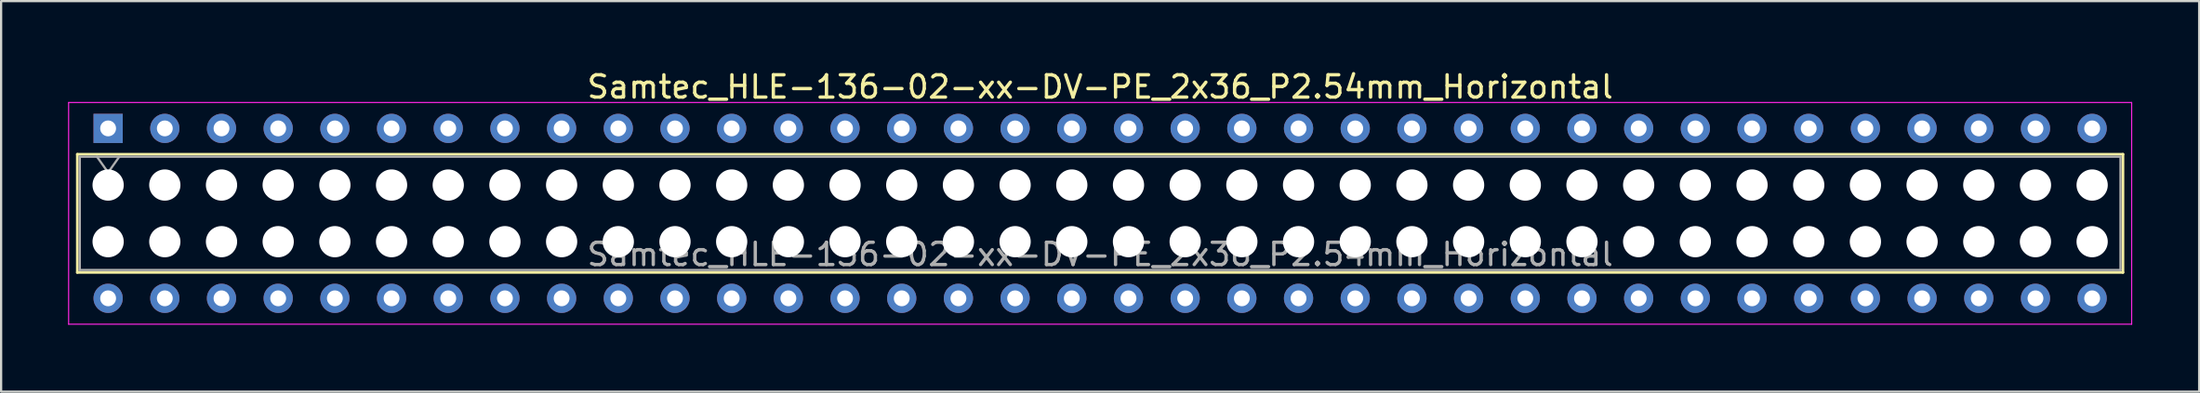
<source format=kicad_pcb>
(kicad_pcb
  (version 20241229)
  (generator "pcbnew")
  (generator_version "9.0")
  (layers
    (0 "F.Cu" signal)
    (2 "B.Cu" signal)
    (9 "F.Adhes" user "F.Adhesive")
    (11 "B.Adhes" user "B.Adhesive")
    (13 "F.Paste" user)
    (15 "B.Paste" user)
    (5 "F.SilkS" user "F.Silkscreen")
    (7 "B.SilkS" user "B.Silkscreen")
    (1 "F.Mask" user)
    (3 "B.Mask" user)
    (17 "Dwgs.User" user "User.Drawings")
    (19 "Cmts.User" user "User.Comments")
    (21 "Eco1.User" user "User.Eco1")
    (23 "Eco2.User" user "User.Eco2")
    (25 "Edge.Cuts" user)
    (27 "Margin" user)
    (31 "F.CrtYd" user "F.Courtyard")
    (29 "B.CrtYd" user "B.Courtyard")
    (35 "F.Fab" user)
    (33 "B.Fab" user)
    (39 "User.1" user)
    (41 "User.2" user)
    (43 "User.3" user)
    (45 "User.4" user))
  (footprint "Samtec_HLE-136-02-xx-DV-PE_2x36_P2.54mm_Horizontal"
    (layer "F.Cu")
    (at 1.795 2.708)
    (property "Reference" "Samtec_HLE-136-02-xx-DV-PE_2x36_P2.54mm_Horizontal" (at 44.45 -1.86 0) (layer "F.SilkS") (effects (font (size 1 1) (thickness 0.15))))
    (attr through_hole)
    (fp_line (start -1.38 1.16) (end 90.28 1.16) (stroke (width 0.12) (type solid)) (layer "F.SilkS"))
    (fp_line (start -1.38 6.46) (end -1.38 1.16) (stroke (width 0.12) (type solid)) (layer "F.SilkS"))
    (fp_line (start 90.28 1.16) (end 90.28 6.46) (stroke (width 0.12) (type solid)) (layer "F.SilkS"))
    (fp_line (start 90.28 6.46) (end -1.38 6.46) (stroke (width 0.12) (type solid)) (layer "F.SilkS"))
    (fp_line (start -1.77 -1.16) (end 90.67 -1.16) (stroke (width 0.05) (type solid)) (layer "F.CrtYd"))
    (fp_line (start -1.77 8.78) (end -1.77 -1.16) (stroke (width 0.05) (type solid)) (layer "F.CrtYd"))
    (fp_line (start 90.67 -1.16) (end 90.67 8.78) (stroke (width 0.05) (type solid)) (layer "F.CrtYd"))
    (fp_line (start 90.67 8.78) (end -1.77 8.78) (stroke (width 0.05) (type solid)) (layer "F.CrtYd"))
    (fp_line (start -1.27 1.27) (end 90.17 1.27) (stroke (width 0.1) (type solid)) (layer "F.Fab"))
    (fp_line (start -1.27 6.35) (end -1.27 1.27) (stroke (width 0.1) (type solid)) (layer "F.Fab"))
    (fp_line (start -0.5 1.27) (end 0 1.977) (stroke (width 0.1) (type solid)) (layer "F.Fab"))
    (fp_line (start 0 1.977) (end 0.5 1.27) (stroke (width 0.1) (type solid)) (layer "F.Fab"))
    (fp_line (start 90.17 1.27) (end 90.17 6.35) (stroke (width 0.1) (type solid)) (layer "F.Fab"))
    (fp_line (start 90.17 6.35) (end -1.27 6.35) (stroke (width 0.1) (type solid)) (layer "F.Fab"))
    (fp_text user "${REFERENCE}" (at 44.45 5.65 0) (layer "F.Fab") (effects (font (size 1 1) (thickness 0.15))))
    (pad "" np_thru_hole circle (at 0 2.54) (size 1.4 1.4) (drill 1.4) (layers "*.Cu" "*.Mask"))
    (pad "" np_thru_hole circle (at 0 5.08) (size 1.4 1.4) (drill 1.4) (layers "*.Cu" "*.Mask"))
    (pad "" np_thru_hole circle (at 2.54 2.54) (size 1.4 1.4) (drill 1.4) (layers "*.Cu" "*.Mask"))
    (pad "" np_thru_hole circle (at 2.54 5.08) (size 1.4 1.4) (drill 1.4) (layers "*.Cu" "*.Mask"))
    (pad "" np_thru_hole circle (at 5.08 2.54) (size 1.4 1.4) (drill 1.4) (layers "*.Cu" "*.Mask"))
    (pad "" np_thru_hole circle (at 5.08 5.08) (size 1.4 1.4) (drill 1.4) (layers "*.Cu" "*.Mask"))
    (pad "" np_thru_hole circle (at 7.62 2.54) (size 1.4 1.4) (drill 1.4) (layers "*.Cu" "*.Mask"))
    (pad "" np_thru_hole circle (at 7.62 5.08) (size 1.4 1.4) (drill 1.4) (layers "*.Cu" "*.Mask"))
    (pad "" np_thru_hole circle (at 10.16 2.54) (size 1.4 1.4) (drill 1.4) (layers "*.Cu" "*.Mask"))
    (pad "" np_thru_hole circle (at 10.16 5.08) (size 1.4 1.4) (drill 1.4) (layers "*.Cu" "*.Mask"))
    (pad "" np_thru_hole circle (at 12.7 2.54) (size 1.4 1.4) (drill 1.4) (layers "*.Cu" "*.Mask"))
    (pad "" np_thru_hole circle (at 12.7 5.08) (size 1.4 1.4) (drill 1.4) (layers "*.Cu" "*.Mask"))
    (pad "" np_thru_hole circle (at 15.24 2.54) (size 1.4 1.4) (drill 1.4) (layers "*.Cu" "*.Mask"))
    (pad "" np_thru_hole circle (at 15.24 5.08) (size 1.4 1.4) (drill 1.4) (layers "*.Cu" "*.Mask"))
    (pad "" np_thru_hole circle (at 17.78 2.54) (size 1.4 1.4) (drill 1.4) (layers "*.Cu" "*.Mask"))
    (pad "" np_thru_hole circle (at 17.78 5.08) (size 1.4 1.4) (drill 1.4) (layers "*.Cu" "*.Mask"))
    (pad "" np_thru_hole circle (at 20.32 2.54) (size 1.4 1.4) (drill 1.4) (layers "*.Cu" "*.Mask"))
    (pad "" np_thru_hole circle (at 20.32 5.08) (size 1.4 1.4) (drill 1.4) (layers "*.Cu" "*.Mask"))
    (pad "" np_thru_hole circle (at 22.86 2.54) (size 1.4 1.4) (drill 1.4) (layers "*.Cu" "*.Mask"))
    (pad "" np_thru_hole circle (at 22.86 5.08) (size 1.4 1.4) (drill 1.4) (layers "*.Cu" "*.Mask"))
    (pad "" np_thru_hole circle (at 25.4 2.54) (size 1.4 1.4) (drill 1.4) (layers "*.Cu" "*.Mask"))
    (pad "" np_thru_hole circle (at 25.4 5.08) (size 1.4 1.4) (drill 1.4) (layers "*.Cu" "*.Mask"))
    (pad "" np_thru_hole circle (at 27.94 2.54) (size 1.4 1.4) (drill 1.4) (layers "*.Cu" "*.Mask"))
    (pad "" np_thru_hole circle (at 27.94 5.08) (size 1.4 1.4) (drill 1.4) (layers "*.Cu" "*.Mask"))
    (pad "" np_thru_hole circle (at 30.48 2.54) (size 1.4 1.4) (drill 1.4) (layers "*.Cu" "*.Mask"))
    (pad "" np_thru_hole circle (at 30.48 5.08) (size 1.4 1.4) (drill 1.4) (layers "*.Cu" "*.Mask"))
    (pad "" np_thru_hole circle (at 33.02 2.54) (size 1.4 1.4) (drill 1.4) (layers "*.Cu" "*.Mask"))
    (pad "" np_thru_hole circle (at 33.02 5.08) (size 1.4 1.4) (drill 1.4) (layers "*.Cu" "*.Mask"))
    (pad "" np_thru_hole circle (at 35.56 2.54) (size 1.4 1.4) (drill 1.4) (layers "*.Cu" "*.Mask"))
    (pad "" np_thru_hole circle (at 35.56 5.08) (size 1.4 1.4) (drill 1.4) (layers "*.Cu" "*.Mask"))
    (pad "" np_thru_hole circle (at 38.1 2.54) (size 1.4 1.4) (drill 1.4) (layers "*.Cu" "*.Mask"))
    (pad "" np_thru_hole circle (at 38.1 5.08) (size 1.4 1.4) (drill 1.4) (layers "*.Cu" "*.Mask"))
    (pad "" np_thru_hole circle (at 40.64 2.54) (size 1.4 1.4) (drill 1.4) (layers "*.Cu" "*.Mask"))
    (pad "" np_thru_hole circle (at 40.64 5.08) (size 1.4 1.4) (drill 1.4) (layers "*.Cu" "*.Mask"))
    (pad "" np_thru_hole circle (at 43.18 2.54) (size 1.4 1.4) (drill 1.4) (layers "*.Cu" "*.Mask"))
    (pad "" np_thru_hole circle (at 43.18 5.08) (size 1.4 1.4) (drill 1.4) (layers "*.Cu" "*.Mask"))
    (pad "" np_thru_hole circle (at 45.72 2.54) (size 1.4 1.4) (drill 1.4) (layers "*.Cu" "*.Mask"))
    (pad "" np_thru_hole circle (at 45.72 5.08) (size 1.4 1.4) (drill 1.4) (layers "*.Cu" "*.Mask"))
    (pad "" np_thru_hole circle (at 48.26 2.54) (size 1.4 1.4) (drill 1.4) (layers "*.Cu" "*.Mask"))
    (pad "" np_thru_hole circle (at 48.26 5.08) (size 1.4 1.4) (drill 1.4) (layers "*.Cu" "*.Mask"))
    (pad "" np_thru_hole circle (at 50.8 2.54) (size 1.4 1.4) (drill 1.4) (layers "*.Cu" "*.Mask"))
    (pad "" np_thru_hole circle (at 50.8 5.08) (size 1.4 1.4) (drill 1.4) (layers "*.Cu" "*.Mask"))
    (pad "" np_thru_hole circle (at 53.34 2.54) (size 1.4 1.4) (drill 1.4) (layers "*.Cu" "*.Mask"))
    (pad "" np_thru_hole circle (at 53.34 5.08) (size 1.4 1.4) (drill 1.4) (layers "*.Cu" "*.Mask"))
    (pad "" np_thru_hole circle (at 55.88 2.54) (size 1.4 1.4) (drill 1.4) (layers "*.Cu" "*.Mask"))
    (pad "" np_thru_hole circle (at 55.88 5.08) (size 1.4 1.4) (drill 1.4) (layers "*.Cu" "*.Mask"))
    (pad "" np_thru_hole circle (at 58.42 2.54) (size 1.4 1.4) (drill 1.4) (layers "*.Cu" "*.Mask"))
    (pad "" np_thru_hole circle (at 58.42 5.08) (size 1.4 1.4) (drill 1.4) (layers "*.Cu" "*.Mask"))
    (pad "" np_thru_hole circle (at 60.96 2.54) (size 1.4 1.4) (drill 1.4) (layers "*.Cu" "*.Mask"))
    (pad "" np_thru_hole circle (at 60.96 5.08) (size 1.4 1.4) (drill 1.4) (layers "*.Cu" "*.Mask"))
    (pad "" np_thru_hole circle (at 63.5 2.54) (size 1.4 1.4) (drill 1.4) (layers "*.Cu" "*.Mask"))
    (pad "" np_thru_hole circle (at 63.5 5.08) (size 1.4 1.4) (drill 1.4) (layers "*.Cu" "*.Mask"))
    (pad "" np_thru_hole circle (at 66.04 2.54) (size 1.4 1.4) (drill 1.4) (layers "*.Cu" "*.Mask"))
    (pad "" np_thru_hole circle (at 66.04 5.08) (size 1.4 1.4) (drill 1.4) (layers "*.Cu" "*.Mask"))
    (pad "" np_thru_hole circle (at 68.58 2.54) (size 1.4 1.4) (drill 1.4) (layers "*.Cu" "*.Mask"))
    (pad "" np_thru_hole circle (at 68.58 5.08) (size 1.4 1.4) (drill 1.4) (layers "*.Cu" "*.Mask"))
    (pad "" np_thru_hole circle (at 71.12 2.54) (size 1.4 1.4) (drill 1.4) (layers "*.Cu" "*.Mask"))
    (pad "" np_thru_hole circle (at 71.12 5.08) (size 1.4 1.4) (drill 1.4) (layers "*.Cu" "*.Mask"))
    (pad "" np_thru_hole circle (at 73.66 2.54) (size 1.4 1.4) (drill 1.4) (layers "*.Cu" "*.Mask"))
    (pad "" np_thru_hole circle (at 73.66 5.08) (size 1.4 1.4) (drill 1.4) (layers "*.Cu" "*.Mask"))
    (pad "" np_thru_hole circle (at 76.2 2.54) (size 1.4 1.4) (drill 1.4) (layers "*.Cu" "*.Mask"))
    (pad "" np_thru_hole circle (at 76.2 5.08) (size 1.4 1.4) (drill 1.4) (layers "*.Cu" "*.Mask"))
    (pad "" np_thru_hole circle (at 78.74 2.54) (size 1.4 1.4) (drill 1.4) (layers "*.Cu" "*.Mask"))
    (pad "" np_thru_hole circle (at 78.74 5.08) (size 1.4 1.4) (drill 1.4) (layers "*.Cu" "*.Mask"))
    (pad "" np_thru_hole circle (at 81.28 2.54) (size 1.4 1.4) (drill 1.4) (layers "*.Cu" "*.Mask"))
    (pad "" np_thru_hole circle (at 81.28 5.08) (size 1.4 1.4) (drill 1.4) (layers "*.Cu" "*.Mask"))
    (pad "" np_thru_hole circle (at 83.82 2.54) (size 1.4 1.4) (drill 1.4) (layers "*.Cu" "*.Mask"))
    (pad "" np_thru_hole circle (at 83.82 5.08) (size 1.4 1.4) (drill 1.4) (layers "*.Cu" "*.Mask"))
    (pad "" np_thru_hole circle (at 86.36 2.54) (size 1.4 1.4) (drill 1.4) (layers "*.Cu" "*.Mask"))
    (pad "" np_thru_hole circle (at 86.36 5.08) (size 1.4 1.4) (drill 1.4) (layers "*.Cu" "*.Mask"))
    (pad "" np_thru_hole circle (at 88.9 2.54) (size 1.4 1.4) (drill 1.4) (layers "*.Cu" "*.Mask"))
    (pad "" np_thru_hole circle (at 88.9 5.08) (size 1.4 1.4) (drill 1.4) (layers "*.Cu" "*.Mask"))
    (pad "1" thru_hole rect (at 0 0) (size 1.31 1.31) (drill 0.71) (layers "*.Cu" "*.Mask"))
    (pad "2" thru_hole circle (at 0 7.62) (size 1.31 1.31) (drill 0.71) (layers "*.Cu" "*.Mask"))
    (pad "3" thru_hole circle (at 2.54 0) (size 1.31 1.31) (drill 0.71) (layers "*.Cu" "*.Mask"))
    (pad "4" thru_hole circle (at 2.54 7.62) (size 1.31 1.31) (drill 0.71) (layers "*.Cu" "*.Mask"))
    (pad "5" thru_hole circle (at 5.08 0) (size 1.31 1.31) (drill 0.71) (layers "*.Cu" "*.Mask"))
    (pad "6" thru_hole circle (at 5.08 7.62) (size 1.31 1.31) (drill 0.71) (layers "*.Cu" "*.Mask"))
    (pad "7" thru_hole circle (at 7.62 0) (size 1.31 1.31) (drill 0.71) (layers "*.Cu" "*.Mask"))
    (pad "8" thru_hole circle (at 7.62 7.62) (size 1.31 1.31) (drill 0.71) (layers "*.Cu" "*.Mask"))
    (pad "9" thru_hole circle (at 10.16 0) (size 1.31 1.31) (drill 0.71) (layers "*.Cu" "*.Mask"))
    (pad "10" thru_hole circle (at 10.16 7.62) (size 1.31 1.31) (drill 0.71) (layers "*.Cu" "*.Mask"))
    (pad "11" thru_hole circle (at 12.7 0) (size 1.31 1.31) (drill 0.71) (layers "*.Cu" "*.Mask"))
    (pad "12" thru_hole circle (at 12.7 7.62) (size 1.31 1.31) (drill 0.71) (layers "*.Cu" "*.Mask"))
    (pad "13" thru_hole circle (at 15.24 0) (size 1.31 1.31) (drill 0.71) (layers "*.Cu" "*.Mask"))
    (pad "14" thru_hole circle (at 15.24 7.62) (size 1.31 1.31) (drill 0.71) (layers "*.Cu" "*.Mask"))
    (pad "15" thru_hole circle (at 17.78 0) (size 1.31 1.31) (drill 0.71) (layers "*.Cu" "*.Mask"))
    (pad "16" thru_hole circle (at 17.78 7.62) (size 1.31 1.31) (drill 0.71) (layers "*.Cu" "*.Mask"))
    (pad "17" thru_hole circle (at 20.32 0) (size 1.31 1.31) (drill 0.71) (layers "*.Cu" "*.Mask"))
    (pad "18" thru_hole circle (at 20.32 7.62) (size 1.31 1.31) (drill 0.71) (layers "*.Cu" "*.Mask"))
    (pad "19" thru_hole circle (at 22.86 0) (size 1.31 1.31) (drill 0.71) (layers "*.Cu" "*.Mask"))
    (pad "20" thru_hole circle (at 22.86 7.62) (size 1.31 1.31) (drill 0.71) (layers "*.Cu" "*.Mask"))
    (pad "21" thru_hole circle (at 25.4 0) (size 1.31 1.31) (drill 0.71) (layers "*.Cu" "*.Mask"))
    (pad "22" thru_hole circle (at 25.4 7.62) (size 1.31 1.31) (drill 0.71) (layers "*.Cu" "*.Mask"))
    (pad "23" thru_hole circle (at 27.94 0) (size 1.31 1.31) (drill 0.71) (layers "*.Cu" "*.Mask"))
    (pad "24" thru_hole circle (at 27.94 7.62) (size 1.31 1.31) (drill 0.71) (layers "*.Cu" "*.Mask"))
    (pad "25" thru_hole circle (at 30.48 0) (size 1.31 1.31) (drill 0.71) (layers "*.Cu" "*.Mask"))
    (pad "26" thru_hole circle (at 30.48 7.62) (size 1.31 1.31) (drill 0.71) (layers "*.Cu" "*.Mask"))
    (pad "27" thru_hole circle (at 33.02 0) (size 1.31 1.31) (drill 0.71) (layers "*.Cu" "*.Mask"))
    (pad "28" thru_hole circle (at 33.02 7.62) (size 1.31 1.31) (drill 0.71) (layers "*.Cu" "*.Mask"))
    (pad "29" thru_hole circle (at 35.56 0) (size 1.31 1.31) (drill 0.71) (layers "*.Cu" "*.Mask"))
    (pad "30" thru_hole circle (at 35.56 7.62) (size 1.31 1.31) (drill 0.71) (layers "*.Cu" "*.Mask"))
    (pad "31" thru_hole circle (at 38.1 0) (size 1.31 1.31) (drill 0.71) (layers "*.Cu" "*.Mask"))
    (pad "32" thru_hole circle (at 38.1 7.62) (size 1.31 1.31) (drill 0.71) (layers "*.Cu" "*.Mask"))
    (pad "33" thru_hole circle (at 40.64 0) (size 1.31 1.31) (drill 0.71) (layers "*.Cu" "*.Mask"))
    (pad "34" thru_hole circle (at 40.64 7.62) (size 1.31 1.31) (drill 0.71) (layers "*.Cu" "*.Mask"))
    (pad "35" thru_hole circle (at 43.18 0) (size 1.31 1.31) (drill 0.71) (layers "*.Cu" "*.Mask"))
    (pad "36" thru_hole circle (at 43.18 7.62) (size 1.31 1.31) (drill 0.71) (layers "*.Cu" "*.Mask"))
    (pad "37" thru_hole circle (at 45.72 0) (size 1.31 1.31) (drill 0.71) (layers "*.Cu" "*.Mask"))
    (pad "38" thru_hole circle (at 45.72 7.62) (size 1.31 1.31) (drill 0.71) (layers "*.Cu" "*.Mask"))
    (pad "39" thru_hole circle (at 48.26 0) (size 1.31 1.31) (drill 0.71) (layers "*.Cu" "*.Mask"))
    (pad "40" thru_hole circle (at 48.26 7.62) (size 1.31 1.31) (drill 0.71) (layers "*.Cu" "*.Mask"))
    (pad "41" thru_hole circle (at 50.8 0) (size 1.31 1.31) (drill 0.71) (layers "*.Cu" "*.Mask"))
    (pad "42" thru_hole circle (at 50.8 7.62) (size 1.31 1.31) (drill 0.71) (layers "*.Cu" "*.Mask"))
    (pad "43" thru_hole circle (at 53.34 0) (size 1.31 1.31) (drill 0.71) (layers "*.Cu" "*.Mask"))
    (pad "44" thru_hole circle (at 53.34 7.62) (size 1.31 1.31) (drill 0.71) (layers "*.Cu" "*.Mask"))
    (pad "45" thru_hole circle (at 55.88 0) (size 1.31 1.31) (drill 0.71) (layers "*.Cu" "*.Mask"))
    (pad "46" thru_hole circle (at 55.88 7.62) (size 1.31 1.31) (drill 0.71) (layers "*.Cu" "*.Mask"))
    (pad "47" thru_hole circle (at 58.42 0) (size 1.31 1.31) (drill 0.71) (layers "*.Cu" "*.Mask"))
    (pad "48" thru_hole circle (at 58.42 7.62) (size 1.31 1.31) (drill 0.71) (layers "*.Cu" "*.Mask"))
    (pad "49" thru_hole circle (at 60.96 0) (size 1.31 1.31) (drill 0.71) (layers "*.Cu" "*.Mask"))
    (pad "50" thru_hole circle (at 60.96 7.62) (size 1.31 1.31) (drill 0.71) (layers "*.Cu" "*.Mask"))
    (pad "51" thru_hole circle (at 63.5 0) (size 1.31 1.31) (drill 0.71) (layers "*.Cu" "*.Mask"))
    (pad "52" thru_hole circle (at 63.5 7.62) (size 1.31 1.31) (drill 0.71) (layers "*.Cu" "*.Mask"))
    (pad "53" thru_hole circle (at 66.04 0) (size 1.31 1.31) (drill 0.71) (layers "*.Cu" "*.Mask"))
    (pad "54" thru_hole circle (at 66.04 7.62) (size 1.31 1.31) (drill 0.71) (layers "*.Cu" "*.Mask"))
    (pad "55" thru_hole circle (at 68.58 0) (size 1.31 1.31) (drill 0.71) (layers "*.Cu" "*.Mask"))
    (pad "56" thru_hole circle (at 68.58 7.62) (size 1.31 1.31) (drill 0.71) (layers "*.Cu" "*.Mask"))
    (pad "57" thru_hole circle (at 71.12 0) (size 1.31 1.31) (drill 0.71) (layers "*.Cu" "*.Mask"))
    (pad "58" thru_hole circle (at 71.12 7.62) (size 1.31 1.31) (drill 0.71) (layers "*.Cu" "*.Mask"))
    (pad "59" thru_hole circle (at 73.66 0) (size 1.31 1.31) (drill 0.71) (layers "*.Cu" "*.Mask"))
    (pad "60" thru_hole circle (at 73.66 7.62) (size 1.31 1.31) (drill 0.71) (layers "*.Cu" "*.Mask"))
    (pad "61" thru_hole circle (at 76.2 0) (size 1.31 1.31) (drill 0.71) (layers "*.Cu" "*.Mask"))
    (pad "62" thru_hole circle (at 76.2 7.62) (size 1.31 1.31) (drill 0.71) (layers "*.Cu" "*.Mask"))
    (pad "63" thru_hole circle (at 78.74 0) (size 1.31 1.31) (drill 0.71) (layers "*.Cu" "*.Mask"))
    (pad "64" thru_hole circle (at 78.74 7.62) (size 1.31 1.31) (drill 0.71) (layers "*.Cu" "*.Mask"))
    (pad "65" thru_hole circle (at 81.28 0) (size 1.31 1.31) (drill 0.71) (layers "*.Cu" "*.Mask"))
    (pad "66" thru_hole circle (at 81.28 7.62) (size 1.31 1.31) (drill 0.71) (layers "*.Cu" "*.Mask"))
    (pad "67" thru_hole circle (at 83.82 0) (size 1.31 1.31) (drill 0.71) (layers "*.Cu" "*.Mask"))
    (pad "68" thru_hole circle (at 83.82 7.62) (size 1.31 1.31) (drill 0.71) (layers "*.Cu" "*.Mask"))
    (pad "69" thru_hole circle (at 86.36 0) (size 1.31 1.31) (drill 0.71) (layers "*.Cu" "*.Mask"))
    (pad "70" thru_hole circle (at 86.36 7.62) (size 1.31 1.31) (drill 0.71) (layers "*.Cu" "*.Mask"))
    (pad "71" thru_hole circle (at 88.9 0) (size 1.31 1.31) (drill 0.71) (layers "*.Cu" "*.Mask"))
    (pad "72" thru_hole circle (at 88.9 7.62) (size 1.31 1.31) (drill 0.71) (layers "*.Cu" "*.Mask")))
  (gr_rect
    (start -3 -3)
    (end 95.49 14.513)
    (stroke (width 0.1) (type default))
    (fill no)
    (layer "Edge.Cuts")))
</source>
